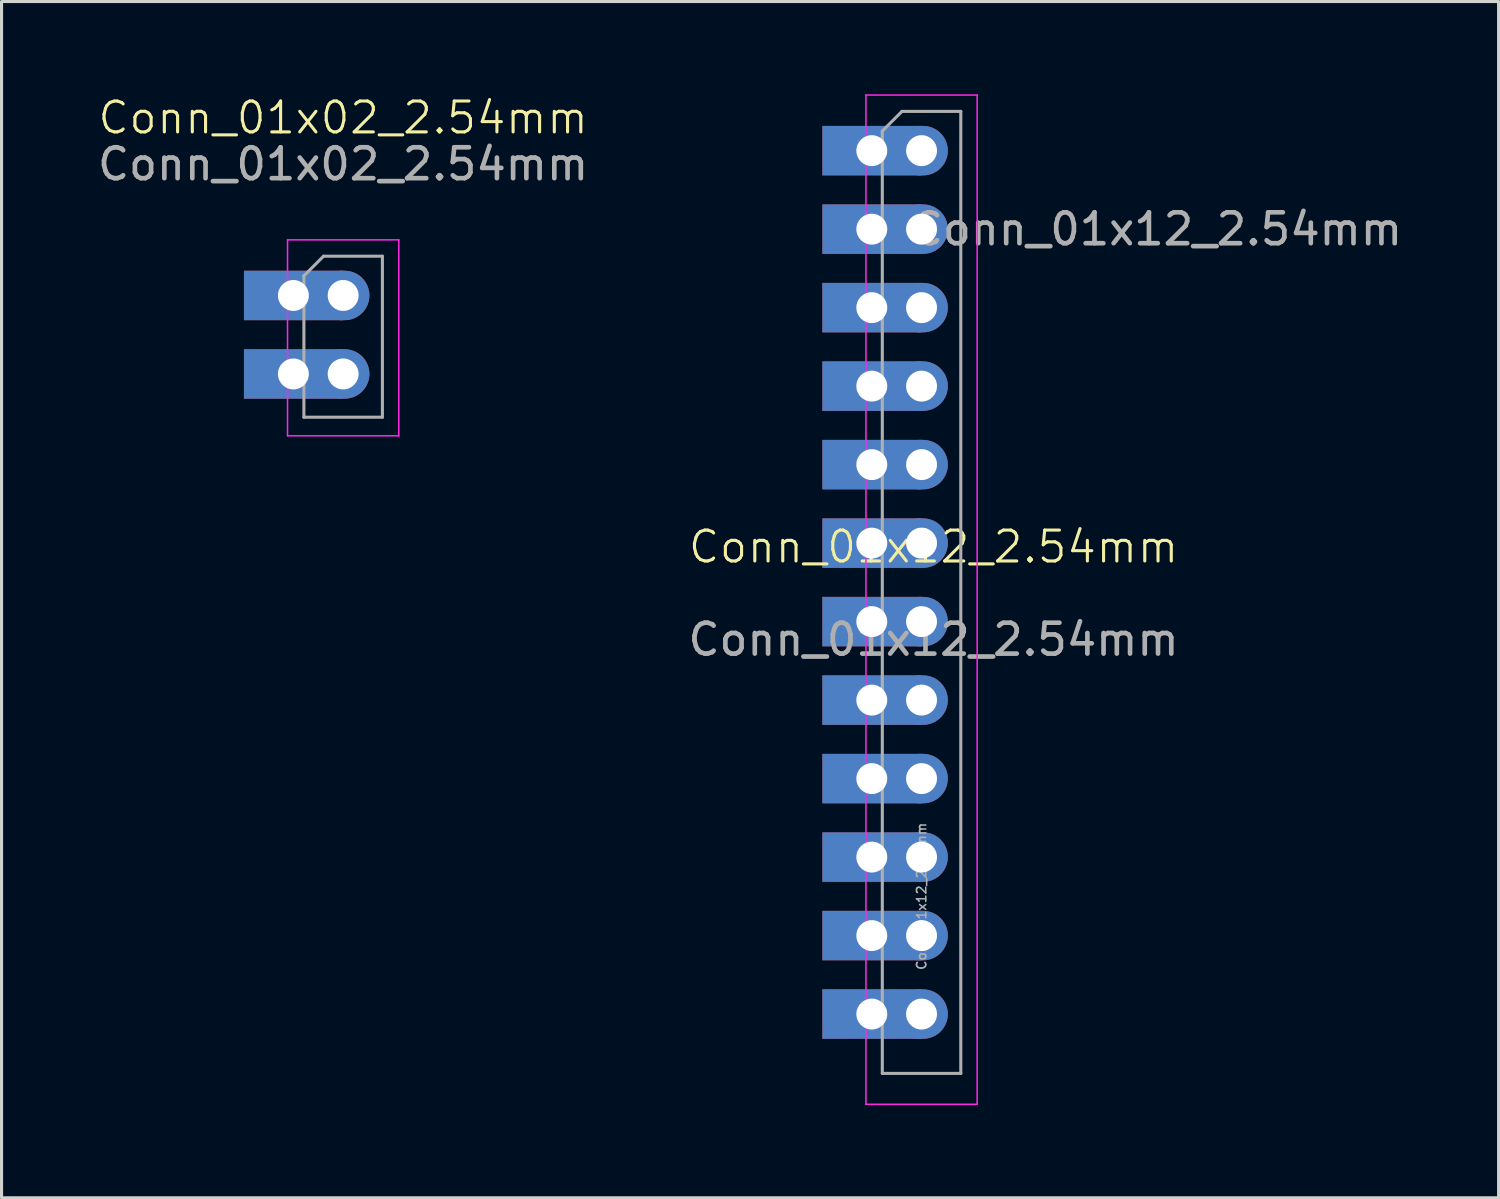
<source format=kicad_pcb>
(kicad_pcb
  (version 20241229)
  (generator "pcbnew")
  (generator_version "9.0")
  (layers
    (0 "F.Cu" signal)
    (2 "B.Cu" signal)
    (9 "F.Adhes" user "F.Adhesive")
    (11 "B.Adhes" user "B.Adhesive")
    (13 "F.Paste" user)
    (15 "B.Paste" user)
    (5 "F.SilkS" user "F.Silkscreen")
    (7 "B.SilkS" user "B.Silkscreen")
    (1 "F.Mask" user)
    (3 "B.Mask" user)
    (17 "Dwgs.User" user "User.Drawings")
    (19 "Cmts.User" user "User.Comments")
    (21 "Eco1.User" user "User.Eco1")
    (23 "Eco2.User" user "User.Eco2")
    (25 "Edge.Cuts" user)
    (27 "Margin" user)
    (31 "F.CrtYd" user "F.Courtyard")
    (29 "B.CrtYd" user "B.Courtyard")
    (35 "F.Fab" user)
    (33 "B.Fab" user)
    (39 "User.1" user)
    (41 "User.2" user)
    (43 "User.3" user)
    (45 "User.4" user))
  (footprint "Conn_01x02_2.54mm"
    (layer "F.Cu")
    (at 8.054 7.761)
    (property "Reference" "Conn_01x02_2.54mm" (at 0 -7 0) (unlocked yes) (layer "F.SilkS") (effects (font (size 1 1) (thickness 0.1))))
    (attr through_hole)
    (fp_line (start -1.8 -3.05) (end -1.8 3.29) (stroke (width 0.05) (type solid)) (layer "F.CrtYd"))
    (fp_line (start 1.8 -3.05) (end -1.8 -3.05) (stroke (width 0.05) (type solid)) (layer "F.CrtYd"))
    (fp_line (start 1.8 3.29) (end -1.8 3.29) (stroke (width 0.05) (type default)) (layer "F.CrtYd"))
    (fp_line (start 1.8 3.29) (end 1.8 -3.05) (stroke (width 0.05) (type solid)) (layer "F.CrtYd"))
    (fp_line (start -1.27 -1.885) (end -0.635 -2.52) (stroke (width 0.1) (type solid)) (layer "F.Fab"))
    (fp_line (start -1.27 2.69) (end -1.27 -1.885) (stroke (width 0.1) (type solid)) (layer "F.Fab"))
    (fp_line (start -0.635 -2.52) (end 1.27 -2.52) (stroke (width 0.1) (type solid)) (layer "F.Fab"))
    (fp_line (start 1.27 -2.52) (end 1.27 2.69) (stroke (width 0.1) (type solid)) (layer "F.Fab"))
    (fp_line (start 1.27 2.69) (end -1.27 2.69) (stroke (width 0.1) (type default)) (layer "F.Fab"))
    (fp_text user "${REFERENCE}" (at 0 -5.5 0) (unlocked yes) (layer "F.Fab") (effects (font (size 1 1) (thickness 0.15))))
    (pad "1" thru_hole rect (at -1.61 -1.25) (size 3.2 1.6) (drill 1) (layers "*.Cu" "*.Mask"))
    (pad "1" thru_hole oval (at 0 -1.25) (size 1.7 1.6) (drill 1) (layers "*.Cu" "*.Mask"))
    (pad "2" thru_hole rect (at -1.61 1.29) (size 3.2 1.6) (drill 1) (layers "*.Cu" "*.Mask"))
    (pad "2" thru_hole oval (at 0 1.29) (size 1.7 1.6) (drill 1) (layers "*.Cu" "*.Mask")))
  (footprint "Conn_01x12_2.54mm"
    (layer "F.Cu")
    (at 27.161 15.145)
    (property "Reference" "Conn_01x12_2.54mm" (at 0 -0.5 0) (unlocked yes) (layer "F.SilkS") (effects (font (size 1 1) (thickness 0.1))))
    (attr through_hole)
    (fp_line (start -2.19 -15.12) (end -2.19 17.54) (stroke (width 0.05) (type solid)) (layer "F.CrtYd"))
    (fp_line (start 1.41 -15.12) (end -2.19 -15.12) (stroke (width 0.05) (type solid)) (layer "F.CrtYd"))
    (fp_line (start 1.41 17.54) (end -2.19 17.54) (stroke (width 0.05) (type default)) (layer "F.CrtYd"))
    (fp_line (start 1.41 17.54) (end 1.41 -15.12) (stroke (width 0.05) (type solid)) (layer "F.CrtYd"))
    (fp_line (start -1.66 -13.955) (end -1.025 -14.59) (stroke (width 0.1) (type solid)) (layer "F.Fab"))
    (fp_line (start -1.66 16.54) (end -1.66 -13.955) (stroke (width 0.1) (type solid)) (layer "F.Fab"))
    (fp_line (start -1.025 -14.59) (end 0.88 -14.59) (stroke (width 0.1) (type solid)) (layer "F.Fab"))
    (fp_line (start 0.88 -14.59) (end 0.88 16.54) (stroke (width 0.1) (type solid)) (layer "F.Fab"))
    (fp_line (start 0.88 16.54) (end -1.66 16.54) (stroke (width 0.1) (type default)) (layer "F.Fab"))
    (fp_text user "${REFERENCE}" (at 7.23 -10.78 0) (unlocked yes) (layer "F.Fab") (effects (font (size 1 1) (thickness 0.15))))
    (fp_text user "${REFERENCE}" (at -0.39 10.81 90) (layer "F.Fab") (effects (font (size 0.3 0.3) (thickness 0.05))))
    (fp_text user "${REFERENCE}" (at 0 2.5 0) (unlocked yes) (layer "F.Fab") (effects (font (size 1 1) (thickness 0.15))))
    (pad "1" thru_hole rect (at -2 -13.32) (size 3.2 1.6) (drill 1) (layers "*.Cu" "*.Mask"))
    (pad "1" thru_hole oval (at -0.39 -13.32) (size 1.7 1.6) (drill 1) (layers "*.Cu" "*.Mask"))
    (pad "2" thru_hole rect (at -2 -10.78) (size 3.2 1.6) (drill 1) (layers "*.Cu" "*.Mask"))
    (pad "2" thru_hole oval (at -0.39 -10.78) (size 1.7 1.6) (drill 1) (layers "*.Cu" "*.Mask"))
    (pad "3" thru_hole rect (at -2 -8.24) (size 3.2 1.6) (drill 1) (layers "*.Cu" "*.Mask"))
    (pad "3" thru_hole oval (at -0.39 -8.24) (size 1.7 1.6) (drill 1) (layers "*.Cu" "*.Mask"))
    (pad "4" thru_hole rect (at -2 -5.7) (size 3.2 1.6) (drill 1) (layers "*.Cu" "*.Mask"))
    (pad "4" thru_hole oval (at -0.39 -5.7) (size 1.7 1.6) (drill 1) (layers "*.Cu" "*.Mask"))
    (pad "5" thru_hole rect (at -2 -3.16) (size 3.2 1.6) (drill 1) (layers "*.Cu" "*.Mask"))
    (pad "5" thru_hole oval (at -0.39 -3.16) (size 1.7 1.6) (drill 1) (layers "*.Cu" "*.Mask"))
    (pad "6" thru_hole rect (at -2 -0.62) (size 3.2 1.6) (drill 1) (layers "*.Cu" "*.Mask"))
    (pad "6" thru_hole oval (at -0.39 -0.62) (size 1.7 1.6) (drill 1) (layers "*.Cu" "*.Mask"))
    (pad "7" thru_hole rect (at -2 1.92) (size 3.2 1.6) (drill 1) (layers "*.Cu" "*.Mask"))
    (pad "7" thru_hole oval (at -0.39 1.92) (size 1.7 1.6) (drill 1) (layers "*.Cu" "*.Mask"))
    (pad "8" thru_hole rect (at -2 4.46) (size 3.2 1.6) (drill 1) (layers "*.Cu" "*.Mask"))
    (pad "8" thru_hole oval (at -0.39 4.46) (size 1.7 1.6) (drill 1) (layers "*.Cu" "*.Mask"))
    (pad "9" thru_hole rect (at -2 7) (size 3.2 1.6) (drill 1) (layers "*.Cu" "*.Mask"))
    (pad "9" thru_hole oval (at -0.39 7) (size 1.7 1.6) (drill 1) (layers "*.Cu" "*.Mask"))
    (pad "10" thru_hole rect (at -2 9.54) (size 3.2 1.6) (drill 1) (layers "*.Cu" "*.Mask"))
    (pad "10" thru_hole oval (at -0.39 9.54) (size 1.7 1.6) (drill 1) (layers "*.Cu" "*.Mask"))
    (pad "11" thru_hole rect (at -2 12.08) (size 3.2 1.6) (drill 1) (layers "*.Cu" "*.Mask"))
    (pad "11" thru_hole oval (at -0.39 12.08) (size 1.7 1.6) (drill 1) (layers "*.Cu" "*.Mask"))
    (pad "12" thru_hole rect (at -2 14.62) (size 3.2 1.6) (drill 1) (layers "*.Cu" "*.Mask"))
    (pad "12" thru_hole oval (at -0.39 14.62) (size 1.7 1.6) (drill 1) (layers "*.Cu" "*.Mask")))
  (gr_rect
    (start -3 -3)
    (end 45.444 35.71)
    (stroke (width 0.1) (type default))
    (fill no)
    (layer "Edge.Cuts")))
</source>
